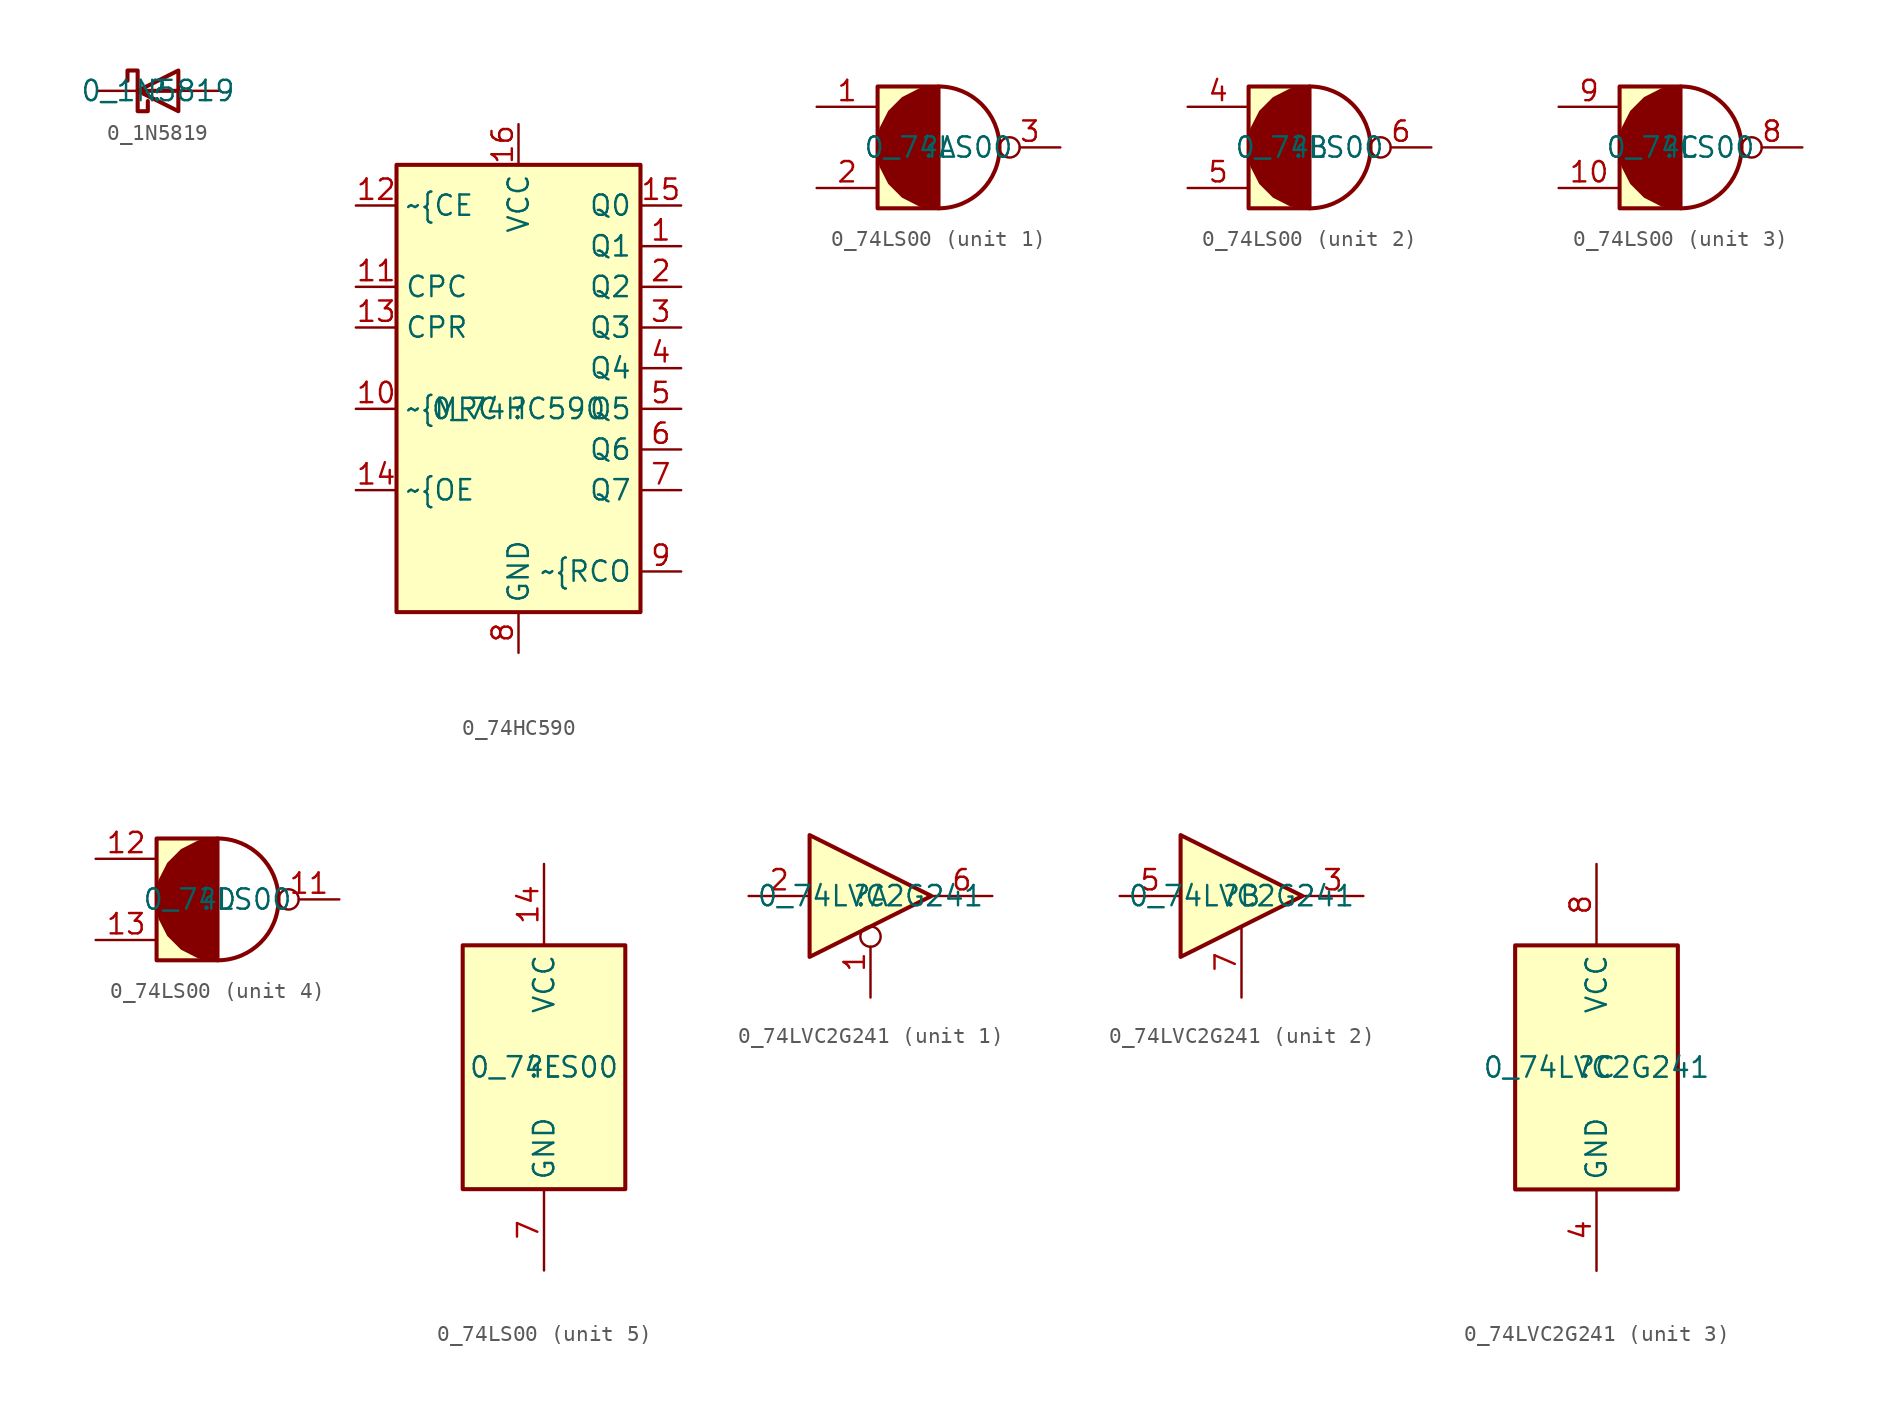
<source format=kicad_sym>
(kicad_symbol_lib
  (version 20211014)
  (generator kicad_symbol_editor)
  (symbol "0_1N5819"
    (property "Reference" ""
      (at 0 0 0)
      (effects (font (size 1.27 1.27))))
    (property "Value" "0_1N5819"
      (at 0 0 0)
      (effects (font (size 1.27 1.27))))
    (symbol "0_1N5819_1_0"
      (polyline (pts (xy 1.27 0) (xy -1.27 0)) (stroke (width 0.254) (type default) (color 0 0 0 0)) (fill (type none)))
      (polyline (pts (xy 1.27 1.27) (xy 1.27 -1.27) (xy -1.27 0) (xy 1.27 1.27)) (stroke (width 0.254) (type default) (color 0 0 0 0)) (fill (type none)))
      (polyline (pts (xy -1.905 0.635) (xy -1.905 1.27) (xy -1.27 1.27) (xy -1.27 -1.27) (xy -0.635 -1.27) (xy -0.635 -0.635)) (stroke (width 0.254) (type default) (color 0 0 0 0)) (fill (type none)))
      (pin passive line (at 3.81 0 180) (length 2.54) (name "A" (effects (font (size 0 0)))) (number "A" (effects (font (size 0 0)))))
      (pin passive line (at -3.81 0 0) (length 2.54) (name "K" (effects (font (size 0 0)))) (number "K" (effects (font (size 0 0)))))))
  (symbol "0_74HC590"
    (property "Reference" ""
      (at 0 0 0)
      (effects (font (size 1.27 1.27))))
    (property "Value" "0_74HC590"
      (at 0 0 0)
      (effects (font (size 1.27 1.27))))
    (symbol "0_74HC590_1_0"
      (rectangle (start 7.62 15.24) (end -7.62 -12.7) (stroke (width 0.254) (type default) (color 0 0 0 0)) (fill (type background)))
      (pin passive line (at 10.16 10.16 180) (length 2.54) (name "Q1" (effects (font (size 1.27 1.27)))) (number "1" (effects (font (size 1.27 1.27)))))
      (pin passive line (at -10.16 0 0) (length 2.54) (name "~{MRC" (effects (font (size 1.27 1.27)))) (number "10" (effects (font (size 1.27 1.27)))))
      (pin passive line (at -10.16 7.62 0) (length 2.54) (name "CPC" (effects (font (size 1.27 1.27)))) (number "11" (effects (font (size 1.27 1.27)))))
      (pin passive line (at -10.16 12.7 0) (length 2.54) (name "~{CE" (effects (font (size 1.27 1.27)))) (number "12" (effects (font (size 1.27 1.27)))))
      (pin passive line (at -10.16 5.08 0) (length 2.54) (name "CPR" (effects (font (size 1.27 1.27)))) (number "13" (effects (font (size 1.27 1.27)))))
      (pin passive line (at -10.16 -5.08 0) (length 2.54) (name "~{OE" (effects (font (size 1.27 1.27)))) (number "14" (effects (font (size 1.27 1.27)))))
      (pin passive line (at 10.16 12.7 180) (length 2.54) (name "Q0" (effects (font (size 1.27 1.27)))) (number "15" (effects (font (size 1.27 1.27)))))
      (pin passive line (at 0 17.78 270) (length 2.54) (name "VCC" (effects (font (size 1.27 1.27)))) (number "16" (effects (font (size 1.27 1.27)))))
      (pin passive line (at 10.16 7.62 180) (length 2.54) (name "Q2" (effects (font (size 1.27 1.27)))) (number "2" (effects (font (size 1.27 1.27)))))
      (pin passive line (at 10.16 5.08 180) (length 2.54) (name "Q3" (effects (font (size 1.27 1.27)))) (number "3" (effects (font (size 1.27 1.27)))))
      (pin passive line (at 10.16 2.54 180) (length 2.54) (name "Q4" (effects (font (size 1.27 1.27)))) (number "4" (effects (font (size 1.27 1.27)))))
      (pin passive line (at 10.16 0 180) (length 2.54) (name "Q5" (effects (font (size 1.27 1.27)))) (number "5" (effects (font (size 1.27 1.27)))))
      (pin passive line (at 10.16 -2.54 180) (length 2.54) (name "Q6" (effects (font (size 1.27 1.27)))) (number "6" (effects (font (size 1.27 1.27)))))
      (pin passive line (at 10.16 -5.08 180) (length 2.54) (name "Q7" (effects (font (size 1.27 1.27)))) (number "7" (effects (font (size 1.27 1.27)))))
      (pin passive line (at 0 -15.24 90) (length 2.54) (name "GND" (effects (font (size 1.27 1.27)))) (number "8" (effects (font (size 1.27 1.27)))))
      (pin passive line (at 10.16 -10.16 180) (length 2.54) (name "~{RCO" (effects (font (size 1.27 1.27)))) (number "9" (effects (font (size 1.27 1.27)))))))
  (symbol "0_74LS00"
    (property "Reference" ""
      (at 0 0 0)
      (effects (font (size 1.27 1.27))))
    (property "Value" "0_74LS00"
      (at 0 0 0)
      (effects (font (size 1.27 1.27))))
    (symbol "0_74LS00_1_0"
      (polyline (pts (xy 0 3.81) (xy -3.81 3.81) (xy -3.81 -3.81) (xy 0 -3.81) (xy 0 3.81)) (stroke (width 0.254) (type default) (color 0 0 0 0)) (fill (type background)))
      (polyline (pts (xy 0 0) (xy 0.007 -3.81) (xy -1.172 -3.625) (xy -2.236 -3.085) (xy -3.081 -2.242) (xy -3.623 -1.179) (xy -3.81 0) (xy -3.623 1.179) (xy -3.081 2.242) (xy -2.236 3.085) (xy -1.172 3.625) (xy 0.007 3.81) (xy 0 0) (xy 0 0)) (stroke (width 0) (type default) (color 0 0 0 0)) (fill (type outline)))
      (arc (start 0.0066 -3.81) (mid 3.81 0) (end 0.0066 3.81) (stroke (width 0.254) (type default) (color 0 0 0 0)) (fill (type none)))
      (pin passive line (at -7.62 2.54 0) (length 3.81) (name "1" (effects (font (size 0 0)))) (number "1" (effects (font (size 1.27 1.27)))))
      (pin passive line (at -7.62 -2.54 0) (length 3.81) (name "2" (effects (font (size 0 0)))) (number "2" (effects (font (size 1.27 1.27)))))
      (pin passive inverted (at 7.62 0 180) (length 3.81) (name "3" (effects (font (size 0 0)))) (number "3" (effects (font (size 1.27 1.27))))))
    (symbol "0_74LS00_2_0"
      (polyline (pts (xy 0 3.81) (xy -3.81 3.81) (xy -3.81 -3.81) (xy 0 -3.81) (xy 0 3.81)) (stroke (width 0.254) (type default) (color 0 0 0 0)) (fill (type background)))
      (polyline (pts (xy 0 0) (xy 0.007 -3.81) (xy -1.172 -3.625) (xy -2.236 -3.085) (xy -3.081 -2.242) (xy -3.623 -1.179) (xy -3.81 0) (xy -3.623 1.179) (xy -3.081 2.242) (xy -2.236 3.085) (xy -1.172 3.625) (xy 0.007 3.81) (xy 0 0) (xy 0 0)) (stroke (width 0) (type default) (color 0 0 0 0)) (fill (type outline)))
      (arc (start 0.0066 -3.81) (mid 3.81 0) (end 0.0066 3.81) (stroke (width 0.254) (type default) (color 0 0 0 0)) (fill (type none)))
      (pin passive line (at -7.62 2.54 0) (length 3.81) (name "4" (effects (font (size 0 0)))) (number "4" (effects (font (size 1.27 1.27)))))
      (pin passive line (at -7.62 -2.54 0) (length 3.81) (name "5" (effects (font (size 0 0)))) (number "5" (effects (font (size 1.27 1.27)))))
      (pin passive inverted (at 7.62 0 180) (length 3.81) (name "6" (effects (font (size 0 0)))) (number "6" (effects (font (size 1.27 1.27))))))
    (symbol "0_74LS00_3_0"
      (polyline (pts (xy 0 3.81) (xy -3.81 3.81) (xy -3.81 -3.81) (xy 0 -3.81) (xy 0 3.81)) (stroke (width 0.254) (type default) (color 0 0 0 0)) (fill (type background)))
      (polyline (pts (xy 0 0) (xy 0.007 -3.81) (xy -1.172 -3.625) (xy -2.236 -3.085) (xy -3.081 -2.242) (xy -3.623 -1.179) (xy -3.81 0) (xy -3.623 1.179) (xy -3.081 2.242) (xy -2.236 3.085) (xy -1.172 3.625) (xy 0.007 3.81) (xy 0 0) (xy 0 0)) (stroke (width 0) (type default) (color 0 0 0 0)) (fill (type outline)))
      (arc (start 0.0066 -3.81) (mid 3.81 0) (end 0.0066 3.81) (stroke (width 0.254) (type default) (color 0 0 0 0)) (fill (type none)))
      (pin passive line (at -7.62 -2.54 0) (length 3.81) (name "10" (effects (font (size 0 0)))) (number "10" (effects (font (size 1.27 1.27)))))
      (pin passive inverted (at 7.62 0 180) (length 3.81) (name "8" (effects (font (size 0 0)))) (number "8" (effects (font (size 1.27 1.27)))))
      (pin passive line (at -7.62 2.54 0) (length 3.81) (name "9" (effects (font (size 0 0)))) (number "9" (effects (font (size 1.27 1.27))))))
    (symbol "0_74LS00_4_0"
      (polyline (pts (xy 0 3.81) (xy -3.81 3.81) (xy -3.81 -3.81) (xy 0 -3.81) (xy 0 3.81)) (stroke (width 0.254) (type default) (color 0 0 0 0)) (fill (type background)))
      (polyline (pts (xy 0 0) (xy 0.007 -3.81) (xy -1.172 -3.625) (xy -2.236 -3.085) (xy -3.081 -2.242) (xy -3.623 -1.179) (xy -3.81 0) (xy -3.623 1.179) (xy -3.081 2.242) (xy -2.236 3.085) (xy -1.172 3.625) (xy 0.007 3.81) (xy 0 0) (xy 0 0)) (stroke (width 0) (type default) (color 0 0 0 0)) (fill (type outline)))
      (arc (start 0.0066 -3.81) (mid 3.81 0) (end 0.0066 3.81) (stroke (width 0.254) (type default) (color 0 0 0 0)) (fill (type none)))
      (pin passive inverted (at 7.62 0 180) (length 3.81) (name "11" (effects (font (size 0 0)))) (number "11" (effects (font (size 1.27 1.27)))))
      (pin passive line (at -7.62 2.54 0) (length 3.81) (name "12" (effects (font (size 0 0)))) (number "12" (effects (font (size 1.27 1.27)))))
      (pin passive line (at -7.62 -2.54 0) (length 3.81) (name "13" (effects (font (size 0 0)))) (number "13" (effects (font (size 1.27 1.27))))))
    (symbol "0_74LS00_5_0"
      (rectangle (start 5.08 7.62) (end -5.08 -7.62) (stroke (width 0.254) (type default) (color 0 0 0 0)) (fill (type background)))
      (pin passive line (at 0 12.7 270) (length 5.08) (name "VCC" (effects (font (size 1.27 1.27)))) (number "14" (effects (font (size 1.27 1.27)))))
      (pin passive line (at 0 -12.7 90) (length 5.08) (name "GND" (effects (font (size 1.27 1.27)))) (number "7" (effects (font (size 1.27 1.27)))))))
  (symbol "0_74LVC2G241"
    (property "Reference" ""
      (at 0 0 0)
      (effects (font (size 1.27 1.27))))
    (property "Value" "0_74LVC2G241"
      (at 0 0 0)
      (effects (font (size 1.27 1.27))))
    (symbol "0_74LVC2G241_1_0"
      (polyline (pts (xy -3.81 3.81) (xy -3.81 -3.81) (xy 3.81 0) (xy -3.81 3.81) (xy -3.81 3.81)) (stroke (width 0.254) (type default) (color 0 0 0 0)) (fill (type background)))
      (pin passive inverted (at 0 -6.35 90) (length 4.445) (name "1" (effects (font (size 0 0)))) (number "1" (effects (font (size 1.27 1.27)))))
      (pin passive line (at -7.62 0 0) (length 3.81) (name "2" (effects (font (size 0 0)))) (number "2" (effects (font (size 1.27 1.27)))))
      (pin passive line (at 7.62 0 180) (length 3.81) (name "6" (effects (font (size 0 0)))) (number "6" (effects (font (size 1.27 1.27))))))
    (symbol "0_74LVC2G241_2_0"
      (polyline (pts (xy -3.81 3.81) (xy -3.81 -3.81) (xy 3.81 0) (xy -3.81 3.81) (xy -3.81 3.81)) (stroke (width 0.254) (type default) (color 0 0 0 0)) (fill (type background)))
      (pin passive line (at 7.62 0 180) (length 3.81) (name "3" (effects (font (size 0 0)))) (number "3" (effects (font (size 1.27 1.27)))))
      (pin passive line (at -7.62 0 0) (length 3.81) (name "5" (effects (font (size 0 0)))) (number "5" (effects (font (size 1.27 1.27)))))
      (pin passive line (at 0 -6.35 90) (length 4.445) (name "7" (effects (font (size 0 0)))) (number "7" (effects (font (size 1.27 1.27))))))
    (symbol "0_74LVC2G241_3_0"
      (rectangle (start 5.08 7.62) (end -5.08 -7.62) (stroke (width 0.254) (type default) (color 0 0 0 0)) (fill (type background)))
      (pin passive line (at 0 -12.7 90) (length 5.08) (name "GND" (effects (font (size 1.27 1.27)))) (number "4" (effects (font (size 1.27 1.27)))))
      (pin passive line (at 0 12.7 270) (length 5.08) (name "VCC" (effects (font (size 1.27 1.27)))) (number "8" (effects (font (size 1.27 1.27))))))))
</source>
